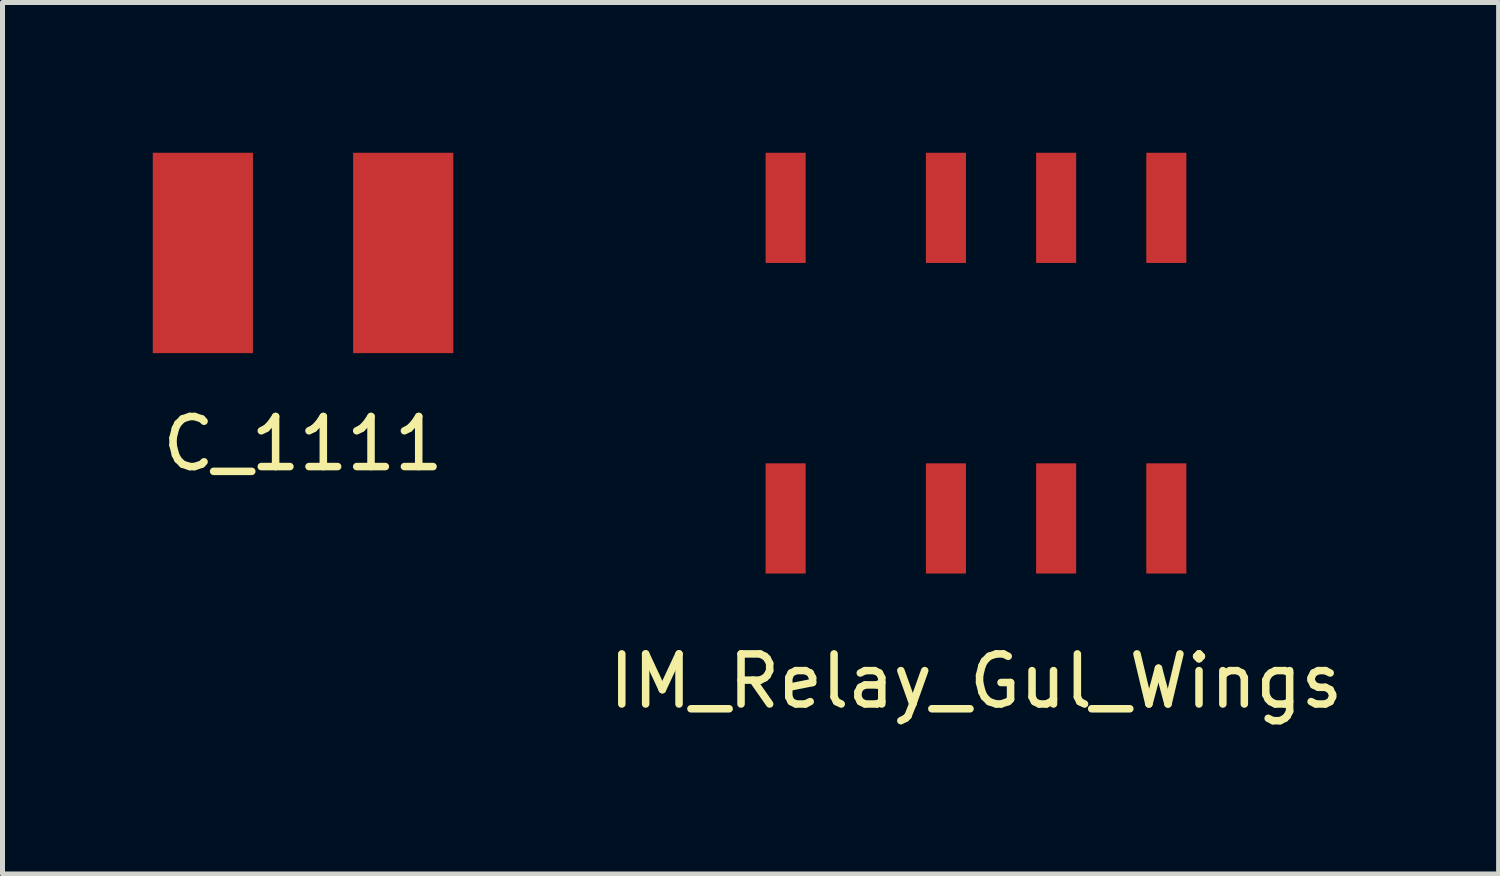
<source format=kicad_pcb>
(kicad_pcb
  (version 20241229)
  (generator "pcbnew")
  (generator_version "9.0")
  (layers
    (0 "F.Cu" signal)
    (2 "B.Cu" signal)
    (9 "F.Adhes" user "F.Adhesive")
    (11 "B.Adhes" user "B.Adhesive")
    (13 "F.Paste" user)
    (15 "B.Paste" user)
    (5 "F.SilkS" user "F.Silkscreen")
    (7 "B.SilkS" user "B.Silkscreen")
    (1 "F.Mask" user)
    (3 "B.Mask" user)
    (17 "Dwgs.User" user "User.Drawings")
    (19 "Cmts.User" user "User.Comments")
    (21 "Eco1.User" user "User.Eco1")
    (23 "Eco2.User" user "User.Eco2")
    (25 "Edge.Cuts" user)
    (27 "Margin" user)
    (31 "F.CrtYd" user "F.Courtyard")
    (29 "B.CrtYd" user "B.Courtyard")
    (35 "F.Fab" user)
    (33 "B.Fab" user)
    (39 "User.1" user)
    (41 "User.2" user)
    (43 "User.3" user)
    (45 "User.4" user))
  (footprint "IM_Relay_Gul_Wings"
    (layer "F.Cu")
    (at 16.435 4.2)
    (property "Reference" "IM_Relay_Gul_Wings" (at 0 6.35 0) (layer "F.SilkS") (effects (font (size 1 1) (thickness 0.15))))
    (attr through_hole)
    (pad "1" smd rect (at -3.8 3.1) (size 0.8 2.2) (layers "F.Cu" "F.Mask" "F.Paste"))
    (pad "2" smd rect (at -0.6 3.1) (size 0.8 2.2) (layers "F.Cu" "F.Mask" "F.Paste"))
    (pad "3" smd rect (at 1.6 3.1) (size 0.8 2.2) (layers "F.Cu" "F.Mask" "F.Paste"))
    (pad "4" smd rect (at 3.8 3.1) (size 0.8 2.2) (layers "F.Cu" "F.Mask" "F.Paste"))
    (pad "5" smd rect (at 3.8 -3.1) (size 0.8 2.2) (layers "F.Cu" "F.Mask" "F.Paste"))
    (pad "6" smd rect (at 1.6 -3.1) (size 0.8 2.2) (layers "F.Cu" "F.Mask" "F.Paste"))
    (pad "7" smd rect (at -0.6 -3.1) (size 0.8 2.2) (layers "F.Cu" "F.Mask" "F.Paste"))
    (pad "8" smd rect (at -3.8 -3.1) (size 0.8 2.2) (layers "F.Cu" "F.Mask" "F.Paste")))
  (footprint "C_1111"
    (layer "F.Cu")
    (at 3 2)
    (property "Reference" "C_1111" (at 0 3.81 0) (layer "F.SilkS") (effects (font (size 1 1) (thickness 0.15))))
    (attr through_hole)
    (pad "1" smd rect (at -2 0) (size 2 4) (layers "F.Cu" "F.Mask" "F.Paste"))
    (pad "2" smd rect (at 2 0) (size 2 4) (layers "F.Cu" "F.Mask" "F.Paste")))
  (gr_rect
    (start -3 -3)
    (end 26.869 14.398)
    (stroke (width 0.1) (type default))
    (fill no)
    (layer "Edge.Cuts")))
</source>
